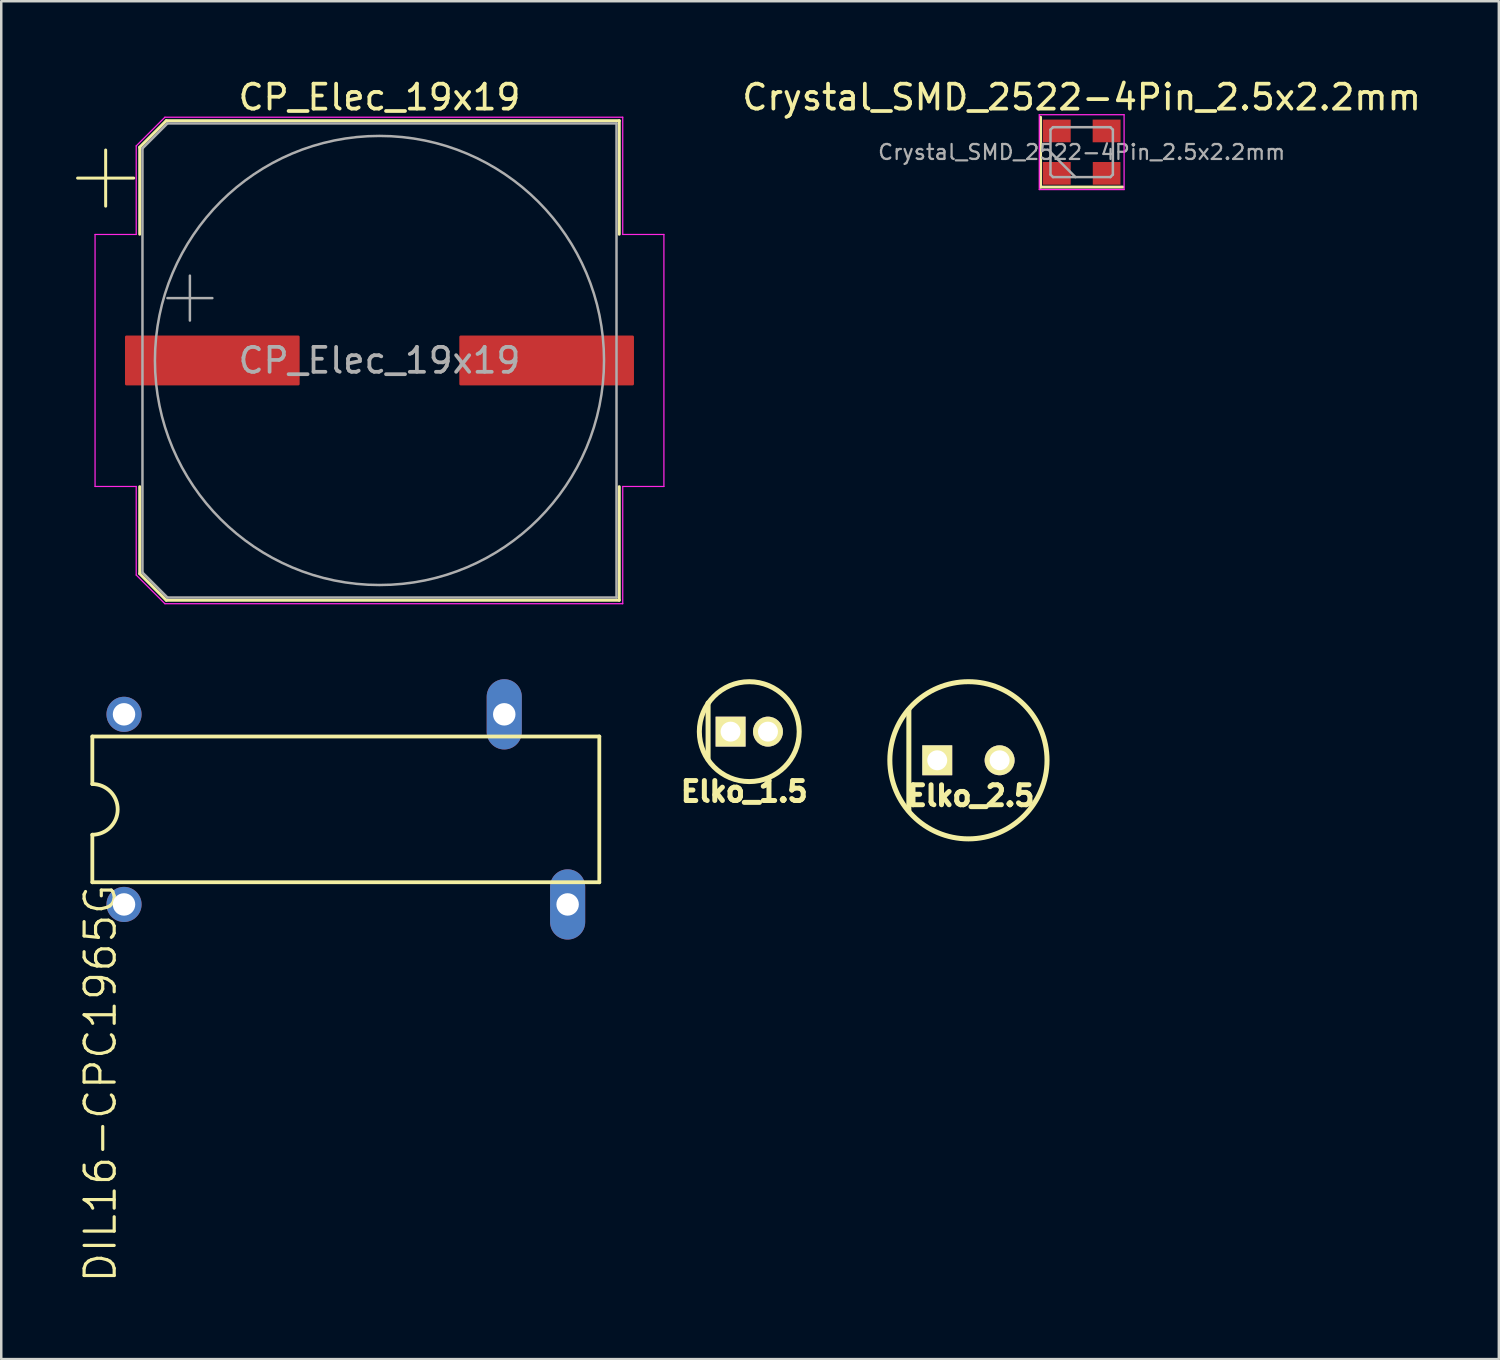
<source format=kicad_pcb>
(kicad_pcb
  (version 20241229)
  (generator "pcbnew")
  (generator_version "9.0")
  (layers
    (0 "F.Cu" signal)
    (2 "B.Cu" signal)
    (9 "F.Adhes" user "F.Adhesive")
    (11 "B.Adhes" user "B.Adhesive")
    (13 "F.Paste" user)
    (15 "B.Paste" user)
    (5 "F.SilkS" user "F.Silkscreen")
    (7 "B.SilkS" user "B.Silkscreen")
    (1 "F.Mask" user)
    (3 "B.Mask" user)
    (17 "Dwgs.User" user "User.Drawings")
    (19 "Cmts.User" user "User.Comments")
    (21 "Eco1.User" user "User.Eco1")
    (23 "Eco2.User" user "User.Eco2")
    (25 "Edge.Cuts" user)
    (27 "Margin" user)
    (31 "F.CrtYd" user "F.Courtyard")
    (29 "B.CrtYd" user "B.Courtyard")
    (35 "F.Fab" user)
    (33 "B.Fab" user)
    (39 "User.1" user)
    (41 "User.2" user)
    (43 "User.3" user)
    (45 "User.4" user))
  (footprint "CP_Elec_19x19"
    (layer "F.Cu")
    (at 12.16 11.398)
    (property "Reference" "CP_Elec_19x19" (at 0 -10.55 0) (layer "F.SilkS") (effects (font (size 1 1) (thickness 0.15))))
    (attr smd)
    (fp_line (start -12.1 -7.31) (end -9.85 -7.31) (stroke (width 0.12) (type solid)) (layer "F.SilkS"))
    (fp_line (start -10.975 -8.435) (end -10.975 -6.185) (stroke (width 0.12) (type solid)) (layer "F.SilkS"))
    (fp_line (start -9.61 -8.546) (end -9.61 -5.06) (stroke (width 0.12) (type solid)) (layer "F.SilkS"))
    (fp_line (start -9.61 -8.546) (end -8.546 -9.61) (stroke (width 0.12) (type solid)) (layer "F.SilkS"))
    (fp_line (start -9.61 8.546) (end -9.61 5.06) (stroke (width 0.12) (type solid)) (layer "F.SilkS"))
    (fp_line (start -9.61 8.546) (end -8.546 9.61) (stroke (width 0.12) (type solid)) (layer "F.SilkS"))
    (fp_line (start -8.546 -9.61) (end 9.61 -9.61) (stroke (width 0.12) (type solid)) (layer "F.SilkS"))
    (fp_line (start -8.546 9.61) (end 9.61 9.61) (stroke (width 0.12) (type solid)) (layer "F.SilkS"))
    (fp_line (start 9.61 -9.61) (end 9.61 -5.06) (stroke (width 0.12) (type solid)) (layer "F.SilkS"))
    (fp_line (start 9.61 9.61) (end 9.61 5.06) (stroke (width 0.12) (type solid)) (layer "F.SilkS"))
    (fp_line (start -11.4 -5.05) (end -11.4 5.05) (stroke (width 0.05) (type solid)) (layer "F.CrtYd"))
    (fp_line (start -11.4 5.05) (end -9.75 5.05) (stroke (width 0.05) (type solid)) (layer "F.CrtYd"))
    (fp_line (start -9.75 -8.6) (end -9.75 -5.05) (stroke (width 0.05) (type solid)) (layer "F.CrtYd"))
    (fp_line (start -9.75 -8.6) (end -8.6 -9.75) (stroke (width 0.05) (type solid)) (layer "F.CrtYd"))
    (fp_line (start -9.75 -5.05) (end -11.4 -5.05) (stroke (width 0.05) (type solid)) (layer "F.CrtYd"))
    (fp_line (start -9.75 5.05) (end -9.75 8.6) (stroke (width 0.05) (type solid)) (layer "F.CrtYd"))
    (fp_line (start -9.75 8.6) (end -8.6 9.75) (stroke (width 0.05) (type solid)) (layer "F.CrtYd"))
    (fp_line (start -8.6 -9.75) (end 9.75 -9.75) (stroke (width 0.05) (type solid)) (layer "F.CrtYd"))
    (fp_line (start -8.6 9.75) (end 9.75 9.75) (stroke (width 0.05) (type solid)) (layer "F.CrtYd"))
    (fp_line (start 9.75 -9.75) (end 9.75 -5.05) (stroke (width 0.05) (type solid)) (layer "F.CrtYd"))
    (fp_line (start 9.75 -5.05) (end 11.4 -5.05) (stroke (width 0.05) (type solid)) (layer "F.CrtYd"))
    (fp_line (start 9.75 5.05) (end 9.75 9.75) (stroke (width 0.05) (type solid)) (layer "F.CrtYd"))
    (fp_line (start 11.4 -5.05) (end 11.4 5.05) (stroke (width 0.05) (type solid)) (layer "F.CrtYd"))
    (fp_line (start 11.4 5.05) (end 9.75 5.05) (stroke (width 0.05) (type solid)) (layer "F.CrtYd"))
    (fp_line (start -9.5 -8.5) (end -9.5 8.5) (stroke (width 0.1) (type solid)) (layer "F.Fab"))
    (fp_line (start -9.5 -8.5) (end -8.5 -9.5) (stroke (width 0.1) (type solid)) (layer "F.Fab"))
    (fp_line (start -9.5 8.5) (end -8.5 9.5) (stroke (width 0.1) (type solid)) (layer "F.Fab"))
    (fp_line (start -8.5 -9.5) (end 9.5 -9.5) (stroke (width 0.1) (type solid)) (layer "F.Fab"))
    (fp_line (start -8.5 9.5) (end 9.5 9.5) (stroke (width 0.1) (type solid)) (layer "F.Fab"))
    (fp_line (start -8.499 -2.5) (end -6.699 -2.5) (stroke (width 0.1) (type solid)) (layer "F.Fab"))
    (fp_line (start -7.599 -3.4) (end -7.599 -1.6) (stroke (width 0.1) (type solid)) (layer "F.Fab"))
    (fp_line (start 9.5 -9.5) (end 9.5 9.5) (stroke (width 0.1) (type solid)) (layer "F.Fab"))
    (fp_circle (center 0 0) (end 9 0) (stroke (width 0.1) (type solid)) (fill no) (layer "F.Fab"))
    (fp_text user "${REFERENCE}" (at 0 0 0) (layer "F.Fab") (effects (font (size 1 1) (thickness 0.15))))
    (pad "1" smd roundrect (at -6.7 0) (size 7 2) (layers "F.Cu" "F.Mask" "F.Paste") (roundrect_rratio 0.028))
    (pad "2" smd roundrect (at 6.7 0) (size 7 2) (layers "F.Cu" "F.Mask" "F.Paste") (roundrect_rratio 0.028)))
  (footprint "Elko_2.5"
    (layer "F.Cu")
    (at 35.766 27.423)
    (property "Reference" "Elko_2.5" (at 0.102 1.422 0) (layer "F.SilkS") (effects (font (size 0.8 0.8) (thickness 0.201))))
    (attr through_hole)
    (fp_line (start -2.388 -2.032) (end -2.388 2.032) (stroke (width 0.201) (type solid)) (layer "F.SilkS"))
    (fp_circle (center 0 0) (end -3.15 0) (stroke (width 0.201) (type solid)) (fill no) (layer "F.SilkS"))
    (pad "1" thru_hole rect (at -1.25 0) (size 1.199 1.199) (drill 0.8) (layers "*.Cu" "*.Mask" "F.SilkS"))
    (pad "2" thru_hole circle (at 1.25 0) (size 1.199 1.199) (drill 0.8) (layers "*.Cu" "*.Mask" "F.SilkS")))
  (footprint "Crystal_SMD_2522-4Pin_2.5x2.2mm"
    (layer "F.Cu")
    (at 40.305 3.048)
    (property "Reference" "Crystal_SMD_2522-4Pin_2.5x2.2mm" (at 0 -2.2 0) (layer "F.SilkS") (effects (font (size 1 1) (thickness 0.15))))
    (attr smd)
    (fp_line (start -1.65 -1.4) (end -1.65 1.4) (stroke (width 0.12) (type solid)) (layer "F.SilkS"))
    (fp_line (start -1.65 1.4) (end 1.65 1.4) (stroke (width 0.12) (type solid)) (layer "F.SilkS"))
    (fp_line (start -1.7 -1.5) (end -1.7 1.5) (stroke (width 0.05) (type solid)) (layer "F.CrtYd"))
    (fp_line (start -1.7 1.5) (end 1.7 1.5) (stroke (width 0.05) (type solid)) (layer "F.CrtYd"))
    (fp_line (start 1.7 -1.5) (end -1.7 -1.5) (stroke (width 0.05) (type solid)) (layer "F.CrtYd"))
    (fp_line (start 1.7 1.5) (end 1.7 -1.5) (stroke (width 0.05) (type solid)) (layer "F.CrtYd"))
    (fp_line (start -1.25 -0.9) (end -1.15 -1) (stroke (width 0.1) (type solid)) (layer "F.Fab"))
    (fp_line (start -1.25 0) (end -0.25 1) (stroke (width 0.1) (type solid)) (layer "F.Fab"))
    (fp_line (start -1.25 0.9) (end -1.25 -0.9) (stroke (width 0.1) (type solid)) (layer "F.Fab"))
    (fp_line (start -1.15 -1) (end 1.15 -1) (stroke (width 0.1) (type solid)) (layer "F.Fab"))
    (fp_line (start -1.15 1) (end -1.25 0.9) (stroke (width 0.1) (type solid)) (layer "F.Fab"))
    (fp_line (start 1.15 -1) (end 1.25 -0.9) (stroke (width 0.1) (type solid)) (layer "F.Fab"))
    (fp_line (start 1.15 1) (end -1.15 1) (stroke (width 0.1) (type solid)) (layer "F.Fab"))
    (fp_line (start 1.25 -0.9) (end 1.25 0.9) (stroke (width 0.1) (type solid)) (layer "F.Fab"))
    (fp_line (start 1.25 0.9) (end 1.15 1) (stroke (width 0.1) (type solid)) (layer "F.Fab"))
    (fp_text user "${REFERENCE}" (at 0 0 0) (layer "F.Fab") (effects (font (size 0.6 0.6) (thickness 0.09))))
    (pad "1" smd rect (at -1 0.85) (size 1.12 0.91) (layers "F.Cu" "F.Mask" "F.Paste"))
    (pad "2" smd rect (at 1 0.85) (size 1.11 0.91) (layers "F.Cu" "F.Mask" "F.Paste"))
    (pad "3" smd rect (at 1 -0.85) (size 1.12 0.91) (layers "F.Cu" "F.Mask" "F.Paste"))
    (pad "4" smd rect (at -1 -0.85) (size 1.12 0.91) (layers "F.Cu" "F.Mask" "F.Paste")))
  (footprint "DIL16-CPC1965G"
    (layer "F.Cu")
    (at 10.811 29.391)
    (property "Reference" "DIL16-CPC1965G" (at -10.541 2.921 90) (layer "F.SilkS") (effects (font (size 1.206 1.206) (thickness 0.127)) (justify right top)))
    (attr through_hole)
    (fp_line (start -10.16 -2.921) (end -10.16 -1.016) (stroke (width 0.152) (type solid)) (layer "F.SilkS"))
    (fp_line (start -10.16 2.921) (end -10.16 1.016) (stroke (width 0.152) (type solid)) (layer "F.SilkS"))
    (fp_line (start -10.16 2.921) (end 10.16 2.921) (stroke (width 0.152) (type solid)) (layer "F.SilkS"))
    (fp_line (start 10.16 -2.921) (end -10.16 -2.921) (stroke (width 0.152) (type solid)) (layer "F.SilkS"))
    (fp_line (start 10.16 -2.921) (end 10.16 2.921) (stroke (width 0.152) (type solid)) (layer "F.SilkS"))
    (fp_arc (start -10.16 -1.016) (mid -9.144 0) (end -10.16 1.016) (stroke (width 0.1524) (type solid)) (layer "F.SilkS"))
    (pad "+" thru_hole circle (at -8.89 -3.81 90) (size 1.408 1.408) (drill 0.9) (layers "*.Cu" "*.Mask"))
    (pad "-" thru_hole circle (at -8.89 3.81 90) (size 1.408 1.408) (drill 0.9) (layers "*.Cu" "*.Mask"))
    (pad "A1" thru_hole oval (at 6.35 -3.81 90) (size 2.816 1.408) (drill 0.9) (layers "*.Cu" "*.Mask"))
    (pad "A2" thru_hole oval (at 8.89 3.81 90) (size 2.816 1.408) (drill 0.9) (layers "*.Cu" "*.Mask")))
  (footprint "Elko_1.5"
    (layer "F.Cu")
    (at 26.982 26.275)
    (property "Reference" "Elko_1.5" (at -0.201 2.4 0) (layer "F.SilkS") (effects (font (size 0.8 0.8) (thickness 0.201))))
    (attr through_hole)
    (fp_line (start -1.651 -1.151) (end -1.651 1.1) (stroke (width 0.201) (type solid)) (layer "F.SilkS"))
    (fp_circle (center 0 0) (end -1.999 0.099) (stroke (width 0.201) (type solid)) (fill no) (layer "F.SilkS"))
    (pad "1" thru_hole rect (at -0.749 0) (size 1.199 1.199) (drill 0.8) (layers "*.Cu" "*.Mask" "F.SilkS"))
    (pad "2" thru_hole circle (at 0.749 0) (size 1.199 1.199) (drill 0.8) (layers "*.Cu" "*.Mask" "F.SilkS")))
  (gr_rect
    (start -3 -3)
    (end 57.025 51.424)
    (stroke (width 0.1) (type default))
    (fill no)
    (layer "Edge.Cuts")))
</source>
